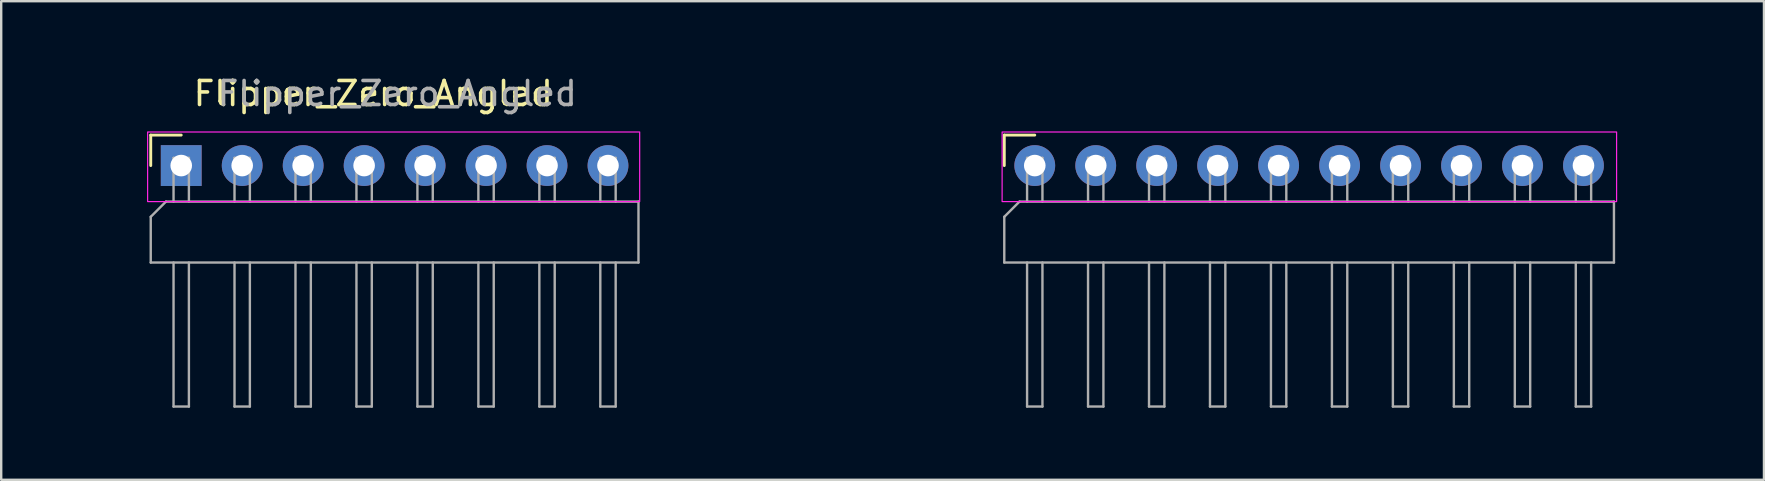
<source format=kicad_pcb>
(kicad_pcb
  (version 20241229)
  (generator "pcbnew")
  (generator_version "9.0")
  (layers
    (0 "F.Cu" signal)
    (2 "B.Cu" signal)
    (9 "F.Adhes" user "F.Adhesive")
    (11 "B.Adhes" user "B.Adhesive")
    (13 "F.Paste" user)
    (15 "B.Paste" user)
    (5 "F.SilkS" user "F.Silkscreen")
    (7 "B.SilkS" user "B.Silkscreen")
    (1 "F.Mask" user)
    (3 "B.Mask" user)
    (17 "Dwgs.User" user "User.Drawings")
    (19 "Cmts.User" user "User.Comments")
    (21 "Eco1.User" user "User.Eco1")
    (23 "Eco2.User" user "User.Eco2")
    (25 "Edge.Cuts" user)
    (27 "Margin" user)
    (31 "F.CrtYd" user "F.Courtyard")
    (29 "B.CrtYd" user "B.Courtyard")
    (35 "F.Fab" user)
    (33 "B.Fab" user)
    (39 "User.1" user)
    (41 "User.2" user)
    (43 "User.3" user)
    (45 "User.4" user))
  (footprint "Flipper_Zero_Angled"
    (layer "F.Cu")
    (at 4.5 3.848)
    (property "Reference" "Flipper_Zero_Angled" (at 8 -3 0) (unlocked yes) (layer "F.SilkS") (effects (font (size 1 1) (thickness 0.15))))
    (attr through_hole)
    (fp_line (start -1.27 -1.27) (end -1.27 0) (stroke (width 0.12) (type solid)) (layer "F.SilkS"))
    (fp_line (start 0 -1.27) (end -1.27 -1.27) (stroke (width 0.12) (type solid)) (layer "F.SilkS"))
    (fp_line (start 34.29 -1.27) (end 34.29 0) (stroke (width 0.12) (type solid)) (layer "F.SilkS"))
    (fp_line (start 35.56 -1.27) (end 34.29 -1.27) (stroke (width 0.12) (type solid)) (layer "F.SilkS"))
    (fp_line (start -4.45 1.24) (end -4.45 -1.4) (stroke (width 0.1) (type default)) (layer "Margin"))
    (fp_line (start -1.45 1.24) (end -4.45 1.24) (stroke (width 0.1) (type default)) (layer "Margin"))
    (fp_line (start -1.45 3.84) (end -1.45 1.24) (stroke (width 0.1) (type default)) (layer "Margin"))
    (fp_line (start -1.45 3.84) (end 19.25 3.84) (stroke (width 0.1) (type default)) (layer "Margin"))
    (fp_line (start 19.25 1.24) (end 34.11 1.24) (stroke (width 0.1) (type default)) (layer "Margin"))
    (fp_line (start 19.25 3.84) (end 19.25 1.24) (stroke (width 0.1) (type default)) (layer "Margin"))
    (fp_line (start 34.11 3.84) (end 34.11 1.24) (stroke (width 0.1) (type default)) (layer "Margin"))
    (fp_line (start 34.11 3.84) (end 59.89 3.84) (stroke (width 0.1) (type default)) (layer "Margin"))
    (fp_line (start 59.89 3.84) (end 59.89 1.24) (stroke (width 0.1) (type default)) (layer "Margin"))
    (fp_line (start 62.89 1.24) (end 59.89 1.24) (stroke (width 0.1) (type default)) (layer "Margin"))
    (fp_line (start 62.89 1.24) (end 62.89 -1.4) (stroke (width 0.1) (type default)) (layer "Margin"))
    (fp_rect (start 19.1 -1.4) (end -1.4 1.5) (stroke (width 0.05) (type default)) (fill no) (layer "F.CrtYd"))
    (fp_rect (start 59.8 -1.4) (end 34.2 1.5) (stroke (width 0.05) (type default)) (fill no) (layer "F.CrtYd"))
    (fp_line (start -1.27 2.135) (end -1.27 4.04) (stroke (width 0.1) (type solid)) (layer "F.Fab"))
    (fp_line (start -1.27 4.04) (end 19.05 4.04) (stroke (width 0.1) (type solid)) (layer "F.Fab"))
    (fp_line (start -0.635 1.5) (end -1.27 2.135) (stroke (width 0.1) (type solid)) (layer "F.Fab"))
    (fp_line (start -0.32 -0.32) (end -0.32 1.5) (stroke (width 0.1) (type solid)) (layer "F.Fab"))
    (fp_line (start -0.32 -0.32) (end 0.32 -0.32) (stroke (width 0.1) (type solid)) (layer "F.Fab"))
    (fp_line (start -0.32 4.04) (end -0.32 10.04) (stroke (width 0.1) (type solid)) (layer "F.Fab"))
    (fp_line (start -0.32 10.04) (end 0.32 10.04) (stroke (width 0.1) (type solid)) (layer "F.Fab"))
    (fp_line (start 0.32 -0.32) (end 0.32 1.5) (stroke (width 0.1) (type solid)) (layer "F.Fab"))
    (fp_line (start 0.32 4.04) (end 0.32 10.04) (stroke (width 0.1) (type solid)) (layer "F.Fab"))
    (fp_line (start 2.22 -0.32) (end 2.22 1.5) (stroke (width 0.1) (type solid)) (layer "F.Fab"))
    (fp_line (start 2.22 -0.32) (end 2.86 -0.32) (stroke (width 0.1) (type solid)) (layer "F.Fab"))
    (fp_line (start 2.22 4.04) (end 2.22 10.04) (stroke (width 0.1) (type solid)) (layer "F.Fab"))
    (fp_line (start 2.22 10.04) (end 2.86 10.04) (stroke (width 0.1) (type solid)) (layer "F.Fab"))
    (fp_line (start 2.86 -0.32) (end 2.86 1.5) (stroke (width 0.1) (type solid)) (layer "F.Fab"))
    (fp_line (start 2.86 4.04) (end 2.86 10.04) (stroke (width 0.1) (type solid)) (layer "F.Fab"))
    (fp_line (start 4.76 -0.32) (end 4.76 1.5) (stroke (width 0.1) (type solid)) (layer "F.Fab"))
    (fp_line (start 4.76 -0.32) (end 5.4 -0.32) (stroke (width 0.1) (type solid)) (layer "F.Fab"))
    (fp_line (start 4.76 4.04) (end 4.76 10.04) (stroke (width 0.1) (type solid)) (layer "F.Fab"))
    (fp_line (start 4.76 10.04) (end 5.4 10.04) (stroke (width 0.1) (type solid)) (layer "F.Fab"))
    (fp_line (start 5.4 -0.32) (end 5.4 1.5) (stroke (width 0.1) (type solid)) (layer "F.Fab"))
    (fp_line (start 5.4 4.04) (end 5.4 10.04) (stroke (width 0.1) (type solid)) (layer "F.Fab"))
    (fp_line (start 7.3 -0.32) (end 7.3 1.5) (stroke (width 0.1) (type solid)) (layer "F.Fab"))
    (fp_line (start 7.3 -0.32) (end 7.94 -0.32) (stroke (width 0.1) (type solid)) (layer "F.Fab"))
    (fp_line (start 7.3 4.04) (end 7.3 10.04) (stroke (width 0.1) (type solid)) (layer "F.Fab"))
    (fp_line (start 7.3 10.04) (end 7.94 10.04) (stroke (width 0.1) (type solid)) (layer "F.Fab"))
    (fp_line (start 7.94 -0.32) (end 7.94 1.5) (stroke (width 0.1) (type solid)) (layer "F.Fab"))
    (fp_line (start 7.94 4.04) (end 7.94 10.04) (stroke (width 0.1) (type solid)) (layer "F.Fab"))
    (fp_line (start 9.84 -0.32) (end 9.84 1.5) (stroke (width 0.1) (type solid)) (layer "F.Fab"))
    (fp_line (start 9.84 -0.32) (end 10.48 -0.32) (stroke (width 0.1) (type solid)) (layer "F.Fab"))
    (fp_line (start 9.84 4.04) (end 9.84 10.04) (stroke (width 0.1) (type solid)) (layer "F.Fab"))
    (fp_line (start 9.84 10.04) (end 10.48 10.04) (stroke (width 0.1) (type solid)) (layer "F.Fab"))
    (fp_line (start 10.48 -0.32) (end 10.48 1.5) (stroke (width 0.1) (type solid)) (layer "F.Fab"))
    (fp_line (start 10.48 4.04) (end 10.48 10.04) (stroke (width 0.1) (type solid)) (layer "F.Fab"))
    (fp_line (start 12.38 -0.32) (end 12.38 1.5) (stroke (width 0.1) (type solid)) (layer "F.Fab"))
    (fp_line (start 12.38 -0.32) (end 13.02 -0.32) (stroke (width 0.1) (type solid)) (layer "F.Fab"))
    (fp_line (start 12.38 4.04) (end 12.38 10.04) (stroke (width 0.1) (type solid)) (layer "F.Fab"))
    (fp_line (start 12.38 10.04) (end 13.02 10.04) (stroke (width 0.1) (type solid)) (layer "F.Fab"))
    (fp_line (start 13.02 -0.32) (end 13.02 1.5) (stroke (width 0.1) (type solid)) (layer "F.Fab"))
    (fp_line (start 13.02 4.04) (end 13.02 10.04) (stroke (width 0.1) (type solid)) (layer "F.Fab"))
    (fp_line (start 14.92 -0.32) (end 14.92 1.5) (stroke (width 0.1) (type solid)) (layer "F.Fab"))
    (fp_line (start 14.92 -0.32) (end 15.56 -0.32) (stroke (width 0.1) (type solid)) (layer "F.Fab"))
    (fp_line (start 14.92 4.04) (end 14.92 10.04) (stroke (width 0.1) (type solid)) (layer "F.Fab"))
    (fp_line (start 14.92 10.04) (end 15.56 10.04) (stroke (width 0.1) (type solid)) (layer "F.Fab"))
    (fp_line (start 15.56 -0.32) (end 15.56 1.5) (stroke (width 0.1) (type solid)) (layer "F.Fab"))
    (fp_line (start 15.56 4.04) (end 15.56 10.04) (stroke (width 0.1) (type solid)) (layer "F.Fab"))
    (fp_line (start 17.46 -0.32) (end 17.46 1.5) (stroke (width 0.1) (type solid)) (layer "F.Fab"))
    (fp_line (start 17.46 -0.32) (end 18.1 -0.32) (stroke (width 0.1) (type solid)) (layer "F.Fab"))
    (fp_line (start 17.46 4.04) (end 17.46 10.04) (stroke (width 0.1) (type solid)) (layer "F.Fab"))
    (fp_line (start 17.46 10.04) (end 18.1 10.04) (stroke (width 0.1) (type solid)) (layer "F.Fab"))
    (fp_line (start 18.1 -0.32) (end 18.1 1.5) (stroke (width 0.1) (type solid)) (layer "F.Fab"))
    (fp_line (start 18.1 4.04) (end 18.1 10.04) (stroke (width 0.1) (type solid)) (layer "F.Fab"))
    (fp_line (start 19.05 1.5) (end -0.635 1.5) (stroke (width 0.1) (type solid)) (layer "F.Fab"))
    (fp_line (start 19.05 4.04) (end 19.05 1.5) (stroke (width 0.1) (type solid)) (layer "F.Fab"))
    (fp_line (start 34.29 2.135) (end 34.29 4.04) (stroke (width 0.1) (type solid)) (layer "F.Fab"))
    (fp_line (start 34.29 4.04) (end 59.69 4.04) (stroke (width 0.1) (type solid)) (layer "F.Fab"))
    (fp_line (start 34.925 1.5) (end 34.29 2.135) (stroke (width 0.1) (type solid)) (layer "F.Fab"))
    (fp_line (start 35.24 -0.32) (end 35.24 1.5) (stroke (width 0.1) (type solid)) (layer "F.Fab"))
    (fp_line (start 35.24 -0.32) (end 35.88 -0.32) (stroke (width 0.1) (type solid)) (layer "F.Fab"))
    (fp_line (start 35.24 4.04) (end 35.24 10.04) (stroke (width 0.1) (type solid)) (layer "F.Fab"))
    (fp_line (start 35.24 10.04) (end 35.88 10.04) (stroke (width 0.1) (type solid)) (layer "F.Fab"))
    (fp_line (start 35.88 -0.32) (end 35.88 1.5) (stroke (width 0.1) (type solid)) (layer "F.Fab"))
    (fp_line (start 35.88 4.04) (end 35.88 10.04) (stroke (width 0.1) (type solid)) (layer "F.Fab"))
    (fp_line (start 37.78 -0.32) (end 37.78 1.5) (stroke (width 0.1) (type solid)) (layer "F.Fab"))
    (fp_line (start 37.78 -0.32) (end 38.42 -0.32) (stroke (width 0.1) (type solid)) (layer "F.Fab"))
    (fp_line (start 37.78 4.04) (end 37.78 10.04) (stroke (width 0.1) (type solid)) (layer "F.Fab"))
    (fp_line (start 37.78 10.04) (end 38.42 10.04) (stroke (width 0.1) (type solid)) (layer "F.Fab"))
    (fp_line (start 38.42 -0.32) (end 38.42 1.5) (stroke (width 0.1) (type solid)) (layer "F.Fab"))
    (fp_line (start 38.42 4.04) (end 38.42 10.04) (stroke (width 0.1) (type solid)) (layer "F.Fab"))
    (fp_line (start 40.32 -0.32) (end 40.32 1.5) (stroke (width 0.1) (type solid)) (layer "F.Fab"))
    (fp_line (start 40.32 -0.32) (end 40.96 -0.32) (stroke (width 0.1) (type solid)) (layer "F.Fab"))
    (fp_line (start 40.32 4.04) (end 40.32 10.04) (stroke (width 0.1) (type solid)) (layer "F.Fab"))
    (fp_line (start 40.32 10.04) (end 40.96 10.04) (stroke (width 0.1) (type solid)) (layer "F.Fab"))
    (fp_line (start 40.96 -0.32) (end 40.96 1.5) (stroke (width 0.1) (type solid)) (layer "F.Fab"))
    (fp_line (start 40.96 4.04) (end 40.96 10.04) (stroke (width 0.1) (type solid)) (layer "F.Fab"))
    (fp_line (start 42.86 -0.32) (end 42.86 1.5) (stroke (width 0.1) (type solid)) (layer "F.Fab"))
    (fp_line (start 42.86 -0.32) (end 43.5 -0.32) (stroke (width 0.1) (type solid)) (layer "F.Fab"))
    (fp_line (start 42.86 4.04) (end 42.86 10.04) (stroke (width 0.1) (type solid)) (layer "F.Fab"))
    (fp_line (start 42.86 10.04) (end 43.5 10.04) (stroke (width 0.1) (type solid)) (layer "F.Fab"))
    (fp_line (start 43.5 -0.32) (end 43.5 1.5) (stroke (width 0.1) (type solid)) (layer "F.Fab"))
    (fp_line (start 43.5 4.04) (end 43.5 10.04) (stroke (width 0.1) (type solid)) (layer "F.Fab"))
    (fp_line (start 45.4 -0.32) (end 45.4 1.5) (stroke (width 0.1) (type solid)) (layer "F.Fab"))
    (fp_line (start 45.4 -0.32) (end 46.04 -0.32) (stroke (width 0.1) (type solid)) (layer "F.Fab"))
    (fp_line (start 45.4 4.04) (end 45.4 10.04) (stroke (width 0.1) (type solid)) (layer "F.Fab"))
    (fp_line (start 45.4 10.04) (end 46.04 10.04) (stroke (width 0.1) (type solid)) (layer "F.Fab"))
    (fp_line (start 46.04 -0.32) (end 46.04 1.5) (stroke (width 0.1) (type solid)) (layer "F.Fab"))
    (fp_line (start 46.04 4.04) (end 46.04 10.04) (stroke (width 0.1) (type solid)) (layer "F.Fab"))
    (fp_line (start 47.94 -0.32) (end 47.94 1.5) (stroke (width 0.1) (type solid)) (layer "F.Fab"))
    (fp_line (start 47.94 -0.32) (end 48.58 -0.32) (stroke (width 0.1) (type solid)) (layer "F.Fab"))
    (fp_line (start 47.94 4.04) (end 47.94 10.04) (stroke (width 0.1) (type solid)) (layer "F.Fab"))
    (fp_line (start 47.94 10.04) (end 48.58 10.04) (stroke (width 0.1) (type solid)) (layer "F.Fab"))
    (fp_line (start 48.58 -0.32) (end 48.58 1.5) (stroke (width 0.1) (type solid)) (layer "F.Fab"))
    (fp_line (start 48.58 4.04) (end 48.58 10.04) (stroke (width 0.1) (type solid)) (layer "F.Fab"))
    (fp_line (start 50.48 -0.32) (end 50.48 1.5) (stroke (width 0.1) (type solid)) (layer "F.Fab"))
    (fp_line (start 50.48 -0.32) (end 51.12 -0.32) (stroke (width 0.1) (type solid)) (layer "F.Fab"))
    (fp_line (start 50.48 4.04) (end 50.48 10.04) (stroke (width 0.1) (type solid)) (layer "F.Fab"))
    (fp_line (start 50.48 10.04) (end 51.12 10.04) (stroke (width 0.1) (type solid)) (layer "F.Fab"))
    (fp_line (start 51.12 -0.32) (end 51.12 1.5) (stroke (width 0.1) (type solid)) (layer "F.Fab"))
    (fp_line (start 51.12 4.04) (end 51.12 10.04) (stroke (width 0.1) (type solid)) (layer "F.Fab"))
    (fp_line (start 53.02 -0.32) (end 53.02 1.5) (stroke (width 0.1) (type solid)) (layer "F.Fab"))
    (fp_line (start 53.02 -0.32) (end 53.66 -0.32) (stroke (width 0.1) (type solid)) (layer "F.Fab"))
    (fp_line (start 53.02 4.04) (end 53.02 10.04) (stroke (width 0.1) (type solid)) (layer "F.Fab"))
    (fp_line (start 53.02 10.04) (end 53.66 10.04) (stroke (width 0.1) (type solid)) (layer "F.Fab"))
    (fp_line (start 53.66 -0.32) (end 53.66 1.5) (stroke (width 0.1) (type solid)) (layer "F.Fab"))
    (fp_line (start 53.66 4.04) (end 53.66 10.04) (stroke (width 0.1) (type solid)) (layer "F.Fab"))
    (fp_line (start 55.56 -0.32) (end 55.56 1.5) (stroke (width 0.1) (type solid)) (layer "F.Fab"))
    (fp_line (start 55.56 -0.32) (end 56.2 -0.32) (stroke (width 0.1) (type solid)) (layer "F.Fab"))
    (fp_line (start 55.56 4.04) (end 55.56 10.04) (stroke (width 0.1) (type solid)) (layer "F.Fab"))
    (fp_line (start 55.56 10.04) (end 56.2 10.04) (stroke (width 0.1) (type solid)) (layer "F.Fab"))
    (fp_line (start 56.2 -0.32) (end 56.2 1.5) (stroke (width 0.1) (type solid)) (layer "F.Fab"))
    (fp_line (start 56.2 4.04) (end 56.2 10.04) (stroke (width 0.1) (type solid)) (layer "F.Fab"))
    (fp_line (start 58.1 -0.32) (end 58.1 1.5) (stroke (width 0.1) (type solid)) (layer "F.Fab"))
    (fp_line (start 58.1 -0.32) (end 58.74 -0.32) (stroke (width 0.1) (type solid)) (layer "F.Fab"))
    (fp_line (start 58.1 4.04) (end 58.1 10.04) (stroke (width 0.1) (type solid)) (layer "F.Fab"))
    (fp_line (start 58.1 10.04) (end 58.74 10.04) (stroke (width 0.1) (type solid)) (layer "F.Fab"))
    (fp_line (start 58.74 -0.32) (end 58.74 1.5) (stroke (width 0.1) (type solid)) (layer "F.Fab"))
    (fp_line (start 58.74 4.04) (end 58.74 10.04) (stroke (width 0.1) (type solid)) (layer "F.Fab"))
    (fp_line (start 59.69 1.5) (end 34.925 1.5) (stroke (width 0.1) (type solid)) (layer "F.Fab"))
    (fp_line (start 59.69 4.04) (end 59.69 1.5) (stroke (width 0.1) (type solid)) (layer "F.Fab"))
    (fp_text user "${REFERENCE}" (at 9 -3 0) (unlocked yes) (layer "F.Fab") (effects (font (size 1 1) (thickness 0.15))))
    (pad "1" thru_hole rect (at 0 0 90) (size 1.7 1.7) (drill 0.9) (layers "*.Cu" "*.Mask"))
    (pad "2" thru_hole oval (at 2.54 0 90) (size 1.7 1.7) (drill 0.9) (layers "*.Cu" "*.Mask"))
    (pad "3" thru_hole oval (at 5.08 0 90) (size 1.7 1.7) (drill 0.9) (layers "*.Cu" "*.Mask"))
    (pad "4" thru_hole oval (at 7.62 0 90) (size 1.7 1.7) (drill 0.9) (layers "*.Cu" "*.Mask"))
    (pad "5" thru_hole oval (at 10.16 0 90) (size 1.7 1.7) (drill 0.9) (layers "*.Cu" "*.Mask"))
    (pad "6" thru_hole oval (at 12.7 0 90) (size 1.7 1.7) (drill 0.9) (layers "*.Cu" "*.Mask"))
    (pad "7" thru_hole oval (at 15.24 0 90) (size 1.7 1.7) (drill 0.9) (layers "*.Cu" "*.Mask"))
    (pad "8" thru_hole oval (at 17.78 0 90) (size 1.7 1.7) (drill 0.9) (layers "*.Cu" "*.Mask"))
    (pad "9" thru_hole oval (at 35.56 0 90) (size 1.7 1.7) (drill 0.9) (layers "*.Cu" "*.Mask"))
    (pad "10" thru_hole oval (at 38.1 0 90) (size 1.7 1.7) (drill 0.9) (layers "*.Cu" "*.Mask"))
    (pad "11" thru_hole oval (at 40.64 0 90) (size 1.7 1.7) (drill 0.9) (layers "*.Cu" "*.Mask"))
    (pad "12" thru_hole oval (at 43.18 0 90) (size 1.7 1.7) (drill 0.9) (layers "*.Cu" "*.Mask"))
    (pad "13" thru_hole oval (at 45.72 0 90) (size 1.7 1.7) (drill 0.9) (layers "*.Cu" "*.Mask"))
    (pad "14" thru_hole oval (at 48.26 0 90) (size 1.7 1.7) (drill 0.9) (layers "*.Cu" "*.Mask"))
    (pad "15" thru_hole oval (at 50.8 0 90) (size 1.7 1.7) (drill 0.9) (layers "*.Cu" "*.Mask"))
    (pad "16" thru_hole oval (at 53.34 0 90) (size 1.7 1.7) (drill 0.9) (layers "*.Cu" "*.Mask"))
    (pad "17" thru_hole oval (at 55.88 0 90) (size 1.7 1.7) (drill 0.9) (layers "*.Cu" "*.Mask"))
    (pad "18" thru_hole oval (at 58.42 0 90) (size 1.7 1.7) (drill 0.9) (layers "*.Cu" "*.Mask")))
  (gr_rect
    (start -3 -3)
    (end 70.44 16.938)
    (stroke (width 0.1) (type default))
    (fill no)
    (layer "Edge.Cuts")))
</source>
